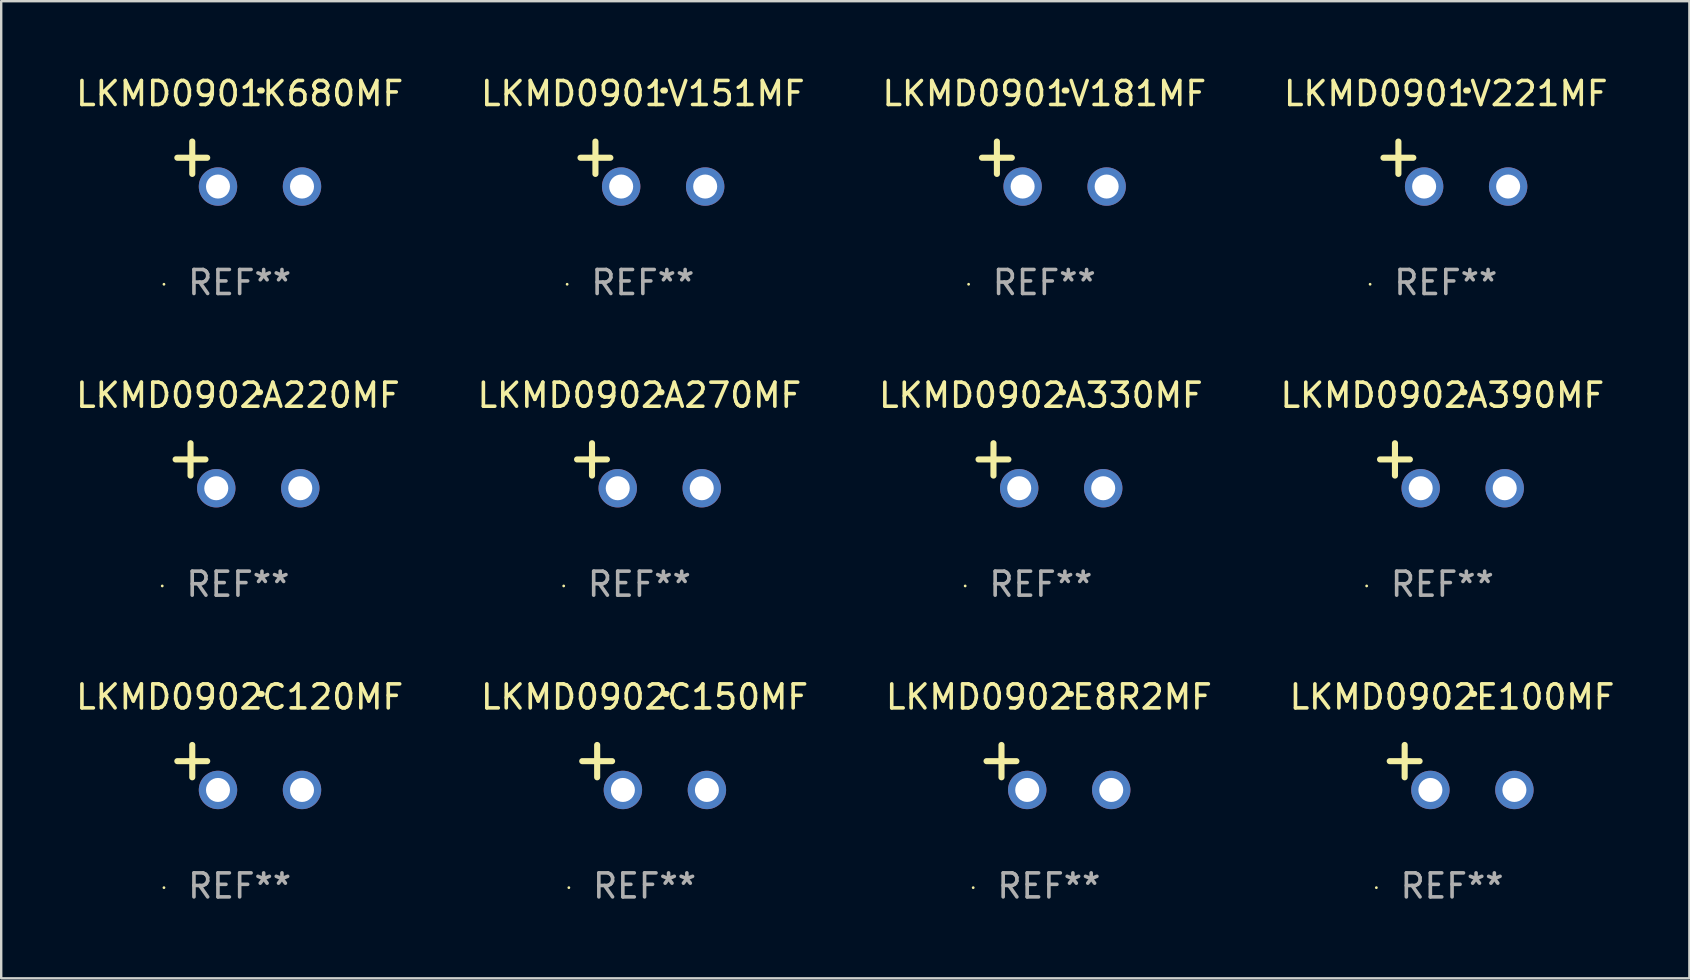
<source format=kicad_pcb>
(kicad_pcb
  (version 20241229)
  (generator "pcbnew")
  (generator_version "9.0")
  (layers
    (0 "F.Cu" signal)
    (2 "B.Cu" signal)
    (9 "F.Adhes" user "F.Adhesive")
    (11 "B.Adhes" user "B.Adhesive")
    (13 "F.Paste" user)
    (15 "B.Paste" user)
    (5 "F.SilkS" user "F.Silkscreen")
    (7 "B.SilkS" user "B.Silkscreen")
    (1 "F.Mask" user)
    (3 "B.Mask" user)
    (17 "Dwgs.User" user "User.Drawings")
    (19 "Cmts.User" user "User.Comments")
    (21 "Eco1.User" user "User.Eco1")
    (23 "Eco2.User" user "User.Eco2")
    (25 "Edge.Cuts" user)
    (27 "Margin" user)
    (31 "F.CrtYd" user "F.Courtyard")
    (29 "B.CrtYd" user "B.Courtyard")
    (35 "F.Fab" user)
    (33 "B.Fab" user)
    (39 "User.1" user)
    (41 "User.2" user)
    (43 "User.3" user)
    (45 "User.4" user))
  (footprint "LKMD0902C120MF"
    (layer "F.Cu")
    (at 6.935 28.924)
    (property "Reference" "LKMD0902C120MF" (at 0 -2.937 0) (layer "F.SilkS") (effects (font (size 1 1) (thickness 0.15))))
    (attr through_hole)
    (fp_line (start -1.975 0.41) (end -1.975 -0.937) (stroke (width 0.254) (type solid)) (layer "F.SilkS"))
    (fp_line (start -1.353 -0.263) (end -2.597 -0.263) (stroke (width 0.254) (type solid)) (layer "F.SilkS"))
    (fp_arc (start 0.849809 -3.063957) (mid 0.885369 -3.064114) (end 0.920929 -3.063957) (stroke (width 0.254001) (type solid)) (layer "F.SilkS"))
    (fp_circle (center -3.154 5.008) (end -3.124 5.008) (stroke (width 0.06) (type solid)) (fill no) (layer "F.SilkS"))
    (fp_text user "REF**" (at 0 4.937 0) (layer "F.Fab") (effects (font (size 1 1) (thickness 0.15))))
    (pad "1" thru_hole circle (at -0.903 0.937) (size 1.6 1.6) (drill 1) (layers "*.Cu" "*.Mask"))
    (pad "2" thru_hole circle (at 2.597 0.937) (size 1.6 1.6) (drill 1) (layers "*.Cu" "*.Mask")))
  (footprint "LKMD0901K680MF"
    (layer "F.Cu")
    (at 6.935 3.785)
    (property "Reference" "LKMD0901K680MF" (at 0 -2.937 0) (layer "F.SilkS") (effects (font (size 1 1) (thickness 0.15))))
    (attr through_hole)
    (fp_line (start -1.975 0.41) (end -1.975 -0.937) (stroke (width 0.254) (type solid)) (layer "F.SilkS"))
    (fp_line (start -1.353 -0.263) (end -2.597 -0.263) (stroke (width 0.254) (type solid)) (layer "F.SilkS"))
    (fp_arc (start 0.849809 -3.063957) (mid 0.885369 -3.064114) (end 0.920929 -3.063957) (stroke (width 0.254001) (type solid)) (layer "F.SilkS"))
    (fp_circle (center -3.154 5.008) (end -3.124 5.008) (stroke (width 0.06) (type solid)) (fill no) (layer "F.SilkS"))
    (fp_text user "REF**" (at 0 4.937 0) (layer "F.Fab") (effects (font (size 1 1) (thickness 0.15))))
    (pad "1" thru_hole circle (at -0.903 0.937) (size 1.6 1.6) (drill 1) (layers "*.Cu" "*.Mask"))
    (pad "2" thru_hole circle (at 2.597 0.937) (size 1.6 1.6) (drill 1) (layers "*.Cu" "*.Mask")))
  (footprint "LKMD0902A390MF"
    (layer "F.Cu")
    (at 57.042 16.354)
    (property "Reference" "LKMD0902A390MF" (at 0 -2.937 0) (layer "F.SilkS") (effects (font (size 1 1) (thickness 0.15))))
    (attr through_hole)
    (fp_line (start -1.975 0.41) (end -1.975 -0.937) (stroke (width 0.254) (type solid)) (layer "F.SilkS"))
    (fp_line (start -1.353 -0.263) (end -2.597 -0.263) (stroke (width 0.254) (type solid)) (layer "F.SilkS"))
    (fp_arc (start 0.849809 -3.063957) (mid 0.885369 -3.064114) (end 0.920929 -3.063957) (stroke (width 0.254001) (type solid)) (layer "F.SilkS"))
    (fp_circle (center -3.154 5.008) (end -3.124 5.008) (stroke (width 0.06) (type solid)) (fill no) (layer "F.SilkS"))
    (fp_text user "REF**" (at 0 4.937 0) (layer "F.Fab") (effects (font (size 1 1) (thickness 0.15))))
    (pad "1" thru_hole circle (at -0.903 0.937) (size 1.6 1.6) (drill 1) (layers "*.Cu" "*.Mask"))
    (pad "2" thru_hole circle (at 2.597 0.937) (size 1.6 1.6) (drill 1) (layers "*.Cu" "*.Mask")))
  (footprint "LKMD0902A330MF"
    (layer "F.Cu")
    (at 40.315 16.354)
    (property "Reference" "LKMD0902A330MF" (at 0 -2.937 0) (layer "F.SilkS") (effects (font (size 1 1) (thickness 0.15))))
    (attr through_hole)
    (fp_line (start -1.975 0.41) (end -1.975 -0.937) (stroke (width 0.254) (type solid)) (layer "F.SilkS"))
    (fp_line (start -1.353 -0.263) (end -2.597 -0.263) (stroke (width 0.254) (type solid)) (layer "F.SilkS"))
    (fp_arc (start 0.849809 -3.063957) (mid 0.885369 -3.064114) (end 0.920929 -3.063957) (stroke (width 0.254001) (type solid)) (layer "F.SilkS"))
    (fp_circle (center -3.154 5.008) (end -3.124 5.008) (stroke (width 0.06) (type solid)) (fill no) (layer "F.SilkS"))
    (fp_text user "REF**" (at 0 4.937 0) (layer "F.Fab") (effects (font (size 1 1) (thickness 0.15))))
    (pad "1" thru_hole circle (at -0.903 0.937) (size 1.6 1.6) (drill 1) (layers "*.Cu" "*.Mask"))
    (pad "2" thru_hole circle (at 2.597 0.937) (size 1.6 1.6) (drill 1) (layers "*.Cu" "*.Mask")))
  (footprint "LKMD0902C150MF"
    (layer "F.Cu")
    (at 23.804 28.924)
    (property "Reference" "LKMD0902C150MF" (at 0 -2.937 0) (layer "F.SilkS") (effects (font (size 1 1) (thickness 0.15))))
    (attr through_hole)
    (fp_line (start -1.975 0.41) (end -1.975 -0.937) (stroke (width 0.254) (type solid)) (layer "F.SilkS"))
    (fp_line (start -1.353 -0.263) (end -2.597 -0.263) (stroke (width 0.254) (type solid)) (layer "F.SilkS"))
    (fp_arc (start 0.849809 -3.063957) (mid 0.885369 -3.064114) (end 0.920929 -3.063957) (stroke (width 0.254001) (type solid)) (layer "F.SilkS"))
    (fp_circle (center -3.154 5.008) (end -3.124 5.008) (stroke (width 0.06) (type solid)) (fill no) (layer "F.SilkS"))
    (fp_text user "REF**" (at 0 4.937 0) (layer "F.Fab") (effects (font (size 1 1) (thickness 0.15))))
    (pad "1" thru_hole circle (at -0.903 0.937) (size 1.6 1.6) (drill 1) (layers "*.Cu" "*.Mask"))
    (pad "2" thru_hole circle (at 2.597 0.937) (size 1.6 1.6) (drill 1) (layers "*.Cu" "*.Mask")))
  (footprint "LKMD0901V151MF"
    (layer "F.Cu")
    (at 23.732 3.785)
    (property "Reference" "LKMD0901V151MF" (at 0 -2.937 0) (layer "F.SilkS") (effects (font (size 1 1) (thickness 0.15))))
    (attr through_hole)
    (fp_line (start -1.975 0.41) (end -1.975 -0.937) (stroke (width 0.254) (type solid)) (layer "F.SilkS"))
    (fp_line (start -1.353 -0.263) (end -2.597 -0.263) (stroke (width 0.254) (type solid)) (layer "F.SilkS"))
    (fp_arc (start 0.849809 -3.063957) (mid 0.885369 -3.064114) (end 0.920929 -3.063957) (stroke (width 0.254001) (type solid)) (layer "F.SilkS"))
    (fp_circle (center -3.154 5.008) (end -3.124 5.008) (stroke (width 0.06) (type solid)) (fill no) (layer "F.SilkS"))
    (fp_text user "REF**" (at 0 4.937 0) (layer "F.Fab") (effects (font (size 1 1) (thickness 0.15))))
    (pad "1" thru_hole circle (at -0.903 0.937) (size 1.6 1.6) (drill 1) (layers "*.Cu" "*.Mask"))
    (pad "2" thru_hole circle (at 2.597 0.937) (size 1.6 1.6) (drill 1) (layers "*.Cu" "*.Mask")))
  (footprint "LKMD0902A270MF"
    (layer "F.Cu")
    (at 23.589 16.354)
    (property "Reference" "LKMD0902A270MF" (at 0 -2.937 0) (layer "F.SilkS") (effects (font (size 1 1) (thickness 0.15))))
    (attr through_hole)
    (fp_line (start -1.975 0.41) (end -1.975 -0.937) (stroke (width 0.254) (type solid)) (layer "F.SilkS"))
    (fp_line (start -1.353 -0.263) (end -2.597 -0.263) (stroke (width 0.254) (type solid)) (layer "F.SilkS"))
    (fp_arc (start 0.849809 -3.063957) (mid 0.885369 -3.064114) (end 0.920929 -3.063957) (stroke (width 0.254001) (type solid)) (layer "F.SilkS"))
    (fp_circle (center -3.154 5.008) (end -3.124 5.008) (stroke (width 0.06) (type solid)) (fill no) (layer "F.SilkS"))
    (fp_text user "REF**" (at 0 4.937 0) (layer "F.Fab") (effects (font (size 1 1) (thickness 0.15))))
    (pad "1" thru_hole circle (at -0.903 0.937) (size 1.6 1.6) (drill 1) (layers "*.Cu" "*.Mask"))
    (pad "2" thru_hole circle (at 2.597 0.937) (size 1.6 1.6) (drill 1) (layers "*.Cu" "*.Mask")))
  (footprint "LKMD0901V221MF"
    (layer "F.Cu")
    (at 57.185 3.785)
    (property "Reference" "LKMD0901V221MF" (at 0 -2.937 0) (layer "F.SilkS") (effects (font (size 1 1) (thickness 0.15))))
    (attr through_hole)
    (fp_line (start -1.975 0.41) (end -1.975 -0.937) (stroke (width 0.254) (type solid)) (layer "F.SilkS"))
    (fp_line (start -1.353 -0.263) (end -2.597 -0.263) (stroke (width 0.254) (type solid)) (layer "F.SilkS"))
    (fp_arc (start 0.849809 -3.063957) (mid 0.885369 -3.064114) (end 0.920929 -3.063957) (stroke (width 0.254001) (type solid)) (layer "F.SilkS"))
    (fp_circle (center -3.154 5.008) (end -3.124 5.008) (stroke (width 0.06) (type solid)) (fill no) (layer "F.SilkS"))
    (fp_text user "REF**" (at 0 4.937 0) (layer "F.Fab") (effects (font (size 1 1) (thickness 0.15))))
    (pad "1" thru_hole circle (at -0.903 0.937) (size 1.6 1.6) (drill 1) (layers "*.Cu" "*.Mask"))
    (pad "2" thru_hole circle (at 2.597 0.937) (size 1.6 1.6) (drill 1) (layers "*.Cu" "*.Mask")))
  (footprint "LKMD0902E100MF"
    (layer "F.Cu")
    (at 57.446 28.924)
    (property "Reference" "LKMD0902E100MF" (at 0 -2.937 0) (layer "F.SilkS") (effects (font (size 1 1) (thickness 0.15))))
    (attr through_hole)
    (fp_line (start -1.975 0.41) (end -1.975 -0.937) (stroke (width 0.254) (type solid)) (layer "F.SilkS"))
    (fp_line (start -1.353 -0.263) (end -2.597 -0.263) (stroke (width 0.254) (type solid)) (layer "F.SilkS"))
    (fp_arc (start 0.849809 -3.063957) (mid 0.885369 -3.064114) (end 0.920929 -3.063957) (stroke (width 0.254001) (type solid)) (layer "F.SilkS"))
    (fp_circle (center -3.154 5.008) (end -3.124 5.008) (stroke (width 0.06) (type solid)) (fill no) (layer "F.SilkS"))
    (fp_text user "REF**" (at 0 4.937 0) (layer "F.Fab") (effects (font (size 1 1) (thickness 0.15))))
    (pad "1" thru_hole circle (at -0.903 0.937) (size 1.6 1.6) (drill 1) (layers "*.Cu" "*.Mask"))
    (pad "2" thru_hole circle (at 2.597 0.937) (size 1.6 1.6) (drill 1) (layers "*.Cu" "*.Mask")))
  (footprint "LKMD0901V181MF"
    (layer "F.Cu")
    (at 40.458 3.785)
    (property "Reference" "LKMD0901V181MF" (at 0 -2.937 0) (layer "F.SilkS") (effects (font (size 1 1) (thickness 0.15))))
    (attr through_hole)
    (fp_line (start -1.975 0.41) (end -1.975 -0.937) (stroke (width 0.254) (type solid)) (layer "F.SilkS"))
    (fp_line (start -1.353 -0.263) (end -2.597 -0.263) (stroke (width 0.254) (type solid)) (layer "F.SilkS"))
    (fp_arc (start 0.849809 -3.063957) (mid 0.885369 -3.064114) (end 0.920929 -3.063957) (stroke (width 0.254001) (type solid)) (layer "F.SilkS"))
    (fp_circle (center -3.154 5.008) (end -3.124 5.008) (stroke (width 0.06) (type solid)) (fill no) (layer "F.SilkS"))
    (fp_text user "REF**" (at 0 4.937 0) (layer "F.Fab") (effects (font (size 1 1) (thickness 0.15))))
    (pad "1" thru_hole circle (at -0.903 0.937) (size 1.6 1.6) (drill 1) (layers "*.Cu" "*.Mask"))
    (pad "2" thru_hole circle (at 2.597 0.937) (size 1.6 1.6) (drill 1) (layers "*.Cu" "*.Mask")))
  (footprint "LKMD0902E8R2MF"
    (layer "F.Cu")
    (at 40.649 28.924)
    (property "Reference" "LKMD0902E8R2MF" (at 0 -2.937 0) (layer "F.SilkS") (effects (font (size 1 1) (thickness 0.15))))
    (attr through_hole)
    (fp_line (start -1.975 0.41) (end -1.975 -0.937) (stroke (width 0.254) (type solid)) (layer "F.SilkS"))
    (fp_line (start -1.353 -0.263) (end -2.597 -0.263) (stroke (width 0.254) (type solid)) (layer "F.SilkS"))
    (fp_arc (start 0.849809 -3.063957) (mid 0.885369 -3.064114) (end 0.920929 -3.063957) (stroke (width 0.254001) (type solid)) (layer "F.SilkS"))
    (fp_circle (center -3.154 5.008) (end -3.124 5.008) (stroke (width 0.06) (type solid)) (fill no) (layer "F.SilkS"))
    (fp_text user "REF**" (at 0 4.937 0) (layer "F.Fab") (effects (font (size 1 1) (thickness 0.15))))
    (pad "1" thru_hole circle (at -0.903 0.937) (size 1.6 1.6) (drill 1) (layers "*.Cu" "*.Mask"))
    (pad "2" thru_hole circle (at 2.597 0.937) (size 1.6 1.6) (drill 1) (layers "*.Cu" "*.Mask")))
  (footprint "LKMD0902A220MF"
    (layer "F.Cu")
    (at 6.863 16.354)
    (property "Reference" "LKMD0902A220MF" (at 0 -2.937 0) (layer "F.SilkS") (effects (font (size 1 1) (thickness 0.15))))
    (attr through_hole)
    (fp_line (start -1.975 0.41) (end -1.975 -0.937) (stroke (width 0.254) (type solid)) (layer "F.SilkS"))
    (fp_line (start -1.353 -0.263) (end -2.597 -0.263) (stroke (width 0.254) (type solid)) (layer "F.SilkS"))
    (fp_arc (start 0.849809 -3.063957) (mid 0.885369 -3.064114) (end 0.920929 -3.063957) (stroke (width 0.254001) (type solid)) (layer "F.SilkS"))
    (fp_circle (center -3.154 5.008) (end -3.124 5.008) (stroke (width 0.06) (type solid)) (fill no) (layer "F.SilkS"))
    (fp_text user "REF**" (at 0 4.937 0) (layer "F.Fab") (effects (font (size 1 1) (thickness 0.15))))
    (pad "1" thru_hole circle (at -0.903 0.937) (size 1.6 1.6) (drill 1) (layers "*.Cu" "*.Mask"))
    (pad "2" thru_hole circle (at 2.597 0.937) (size 1.6 1.6) (drill 1) (layers "*.Cu" "*.Mask")))
  (gr_rect
    (start -3 -3)
    (end 67.333 37.709)
    (stroke (width 0.1) (type default))
    (fill no)
    (layer "Edge.Cuts")))
</source>
